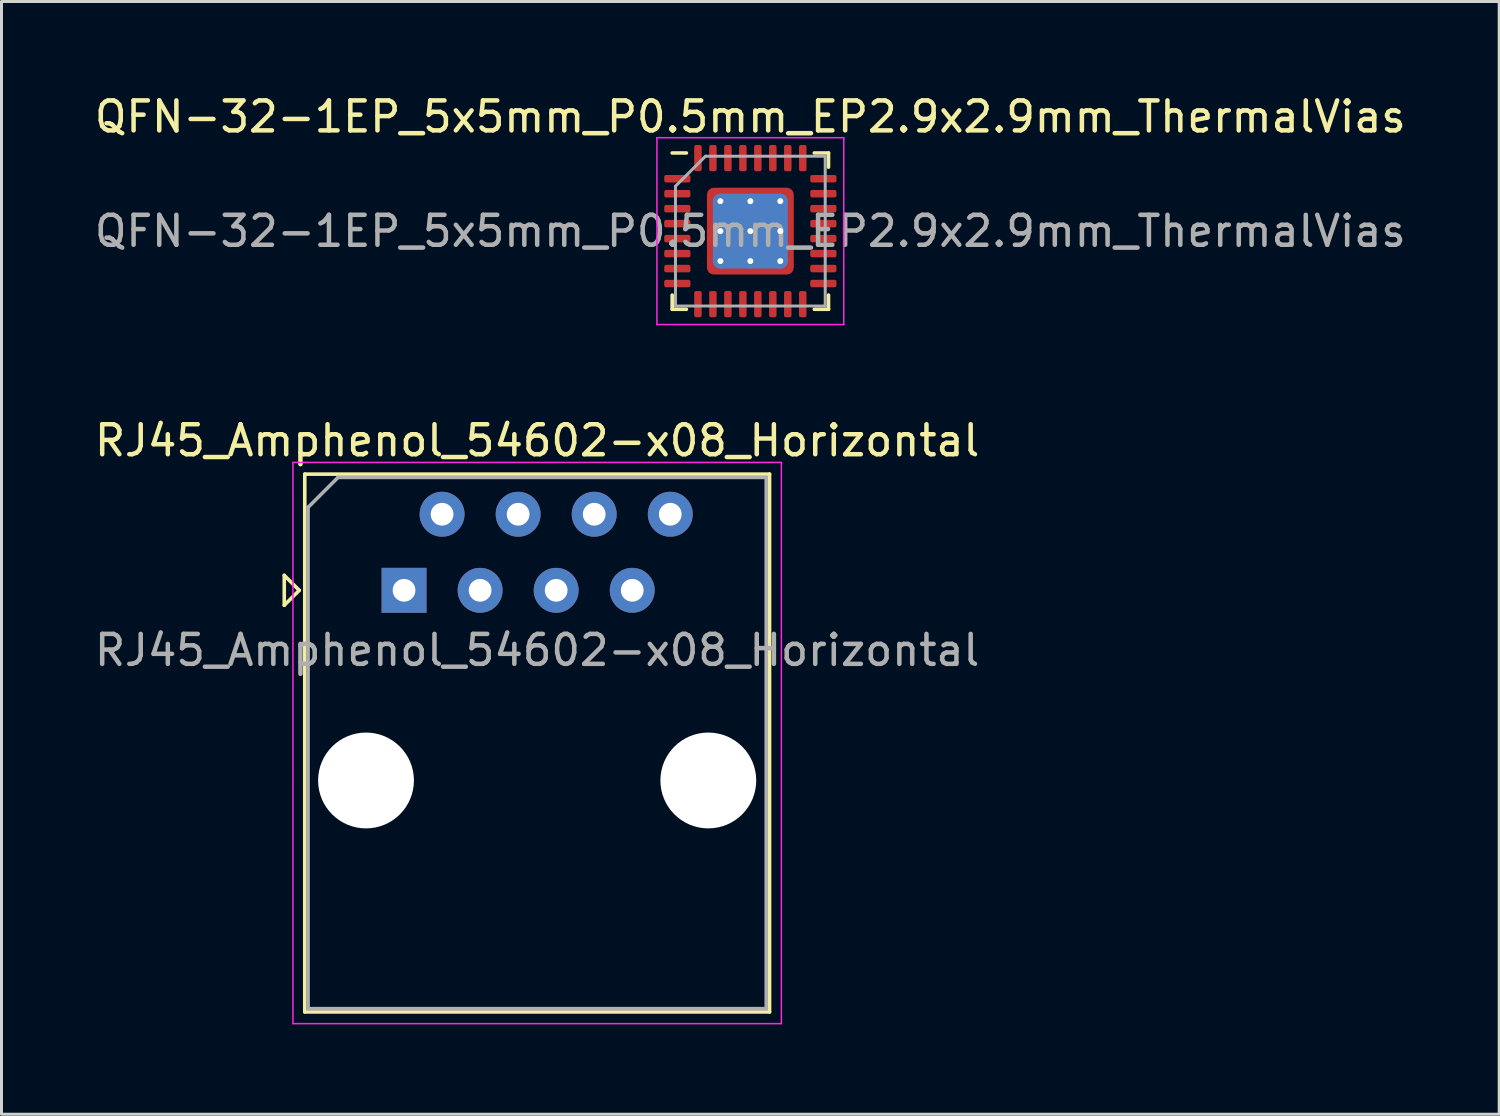
<source format=kicad_pcb>
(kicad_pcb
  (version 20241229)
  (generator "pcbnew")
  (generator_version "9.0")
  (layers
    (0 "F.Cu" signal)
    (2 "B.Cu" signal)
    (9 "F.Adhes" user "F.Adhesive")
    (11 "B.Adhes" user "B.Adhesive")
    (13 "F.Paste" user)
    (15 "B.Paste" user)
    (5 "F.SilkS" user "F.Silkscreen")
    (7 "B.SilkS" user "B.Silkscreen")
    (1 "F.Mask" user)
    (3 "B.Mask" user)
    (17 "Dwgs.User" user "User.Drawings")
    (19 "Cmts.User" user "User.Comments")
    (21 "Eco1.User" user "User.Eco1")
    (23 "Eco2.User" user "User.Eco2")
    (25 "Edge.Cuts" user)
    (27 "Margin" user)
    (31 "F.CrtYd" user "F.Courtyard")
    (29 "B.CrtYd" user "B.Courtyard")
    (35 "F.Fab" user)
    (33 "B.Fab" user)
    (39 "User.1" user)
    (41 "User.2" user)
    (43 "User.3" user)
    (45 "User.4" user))
  (footprint "QFN-32-1EP_5x5mm_P0.5mm_EP2.9x2.9mm_ThermalVias"
    (layer "F.Cu")
    (at 22.006 4.668)
    (property "Reference" "QFN-32-1EP_5x5mm_P0.5mm_EP2.9x2.9mm_ThermalVias" (at 0 -3.82 0) (layer "F.SilkS") (effects (font (size 1 1) (thickness 0.15))))
    (attr smd)
    (fp_line (start -2.61 2.61) (end -2.61 2.135) (stroke (width 0.12) (type solid)) (layer "F.SilkS"))
    (fp_line (start -2.135 -2.61) (end -2.61 -2.61) (stroke (width 0.12) (type solid)) (layer "F.SilkS"))
    (fp_line (start -2.135 2.61) (end -2.61 2.61) (stroke (width 0.12) (type solid)) (layer "F.SilkS"))
    (fp_line (start 2.135 -2.61) (end 2.61 -2.61) (stroke (width 0.12) (type solid)) (layer "F.SilkS"))
    (fp_line (start 2.135 2.61) (end 2.61 2.61) (stroke (width 0.12) (type solid)) (layer "F.SilkS"))
    (fp_line (start 2.61 -2.61) (end 2.61 -2.135) (stroke (width 0.12) (type solid)) (layer "F.SilkS"))
    (fp_line (start 2.61 2.61) (end 2.61 2.135) (stroke (width 0.12) (type solid)) (layer "F.SilkS"))
    (fp_line (start -3.12 -3.12) (end -3.12 3.12) (stroke (width 0.05) (type solid)) (layer "F.CrtYd"))
    (fp_line (start -3.12 3.12) (end 3.12 3.12) (stroke (width 0.05) (type solid)) (layer "F.CrtYd"))
    (fp_line (start 3.12 -3.12) (end -3.12 -3.12) (stroke (width 0.05) (type solid)) (layer "F.CrtYd"))
    (fp_line (start 3.12 3.12) (end 3.12 -3.12) (stroke (width 0.05) (type solid)) (layer "F.CrtYd"))
    (fp_line (start -2.5 -1.5) (end -1.5 -2.5) (stroke (width 0.1) (type solid)) (layer "F.Fab"))
    (fp_line (start -2.5 2.5) (end -2.5 -1.5) (stroke (width 0.1) (type solid)) (layer "F.Fab"))
    (fp_line (start -1.5 -2.5) (end 2.5 -2.5) (stroke (width 0.1) (type solid)) (layer "F.Fab"))
    (fp_line (start 2.5 -2.5) (end 2.5 2.5) (stroke (width 0.1) (type solid)) (layer "F.Fab"))
    (fp_line (start 2.5 2.5) (end -2.5 2.5) (stroke (width 0.1) (type solid)) (layer "F.Fab"))
    (fp_text user "${REFERENCE}" (at 0 0 0) (layer "F.Fab") (effects (font (size 1 1) (thickness 0.15))))
    (pad "" smd custom (at -1.275 -1.275) (size 0.319 0.319) (layers "F.Paste") (options (anchor circle)) (primitives (gr_poly (pts (xy -0.222 -0.222) (xy 0.222 -0.222) (xy 0.222 0.045) (xy 0.045 0.222) (xy -0.222 0.222)) (width 0) (fill yes))))
    (pad "" smd custom (at -1.275 -0.5) (size 0.35 0.35) (layers "F.Paste") (options (anchor circle)) (primitives (gr_poly (pts (xy -0.222 -0.403) (xy 0.089 -0.403) (xy 0.222 -0.27) (xy 0.222 0.27) (xy 0.089 0.403) (xy -0.222 0.403)) (width 0) (fill yes))))
    (pad "" smd custom (at -1.275 0.5) (size 0.35 0.35) (layers "F.Paste") (options (anchor circle)) (primitives (gr_poly (pts (xy -0.222 -0.403) (xy 0.089 -0.403) (xy 0.222 -0.27) (xy 0.222 0.27) (xy 0.089 0.403) (xy -0.222 0.403)) (width 0) (fill yes))))
    (pad "" smd custom (at -1.275 1.275) (size 0.319 0.319) (layers "F.Paste") (options (anchor circle)) (primitives (gr_poly (pts (xy -0.222 -0.222) (xy 0.045 -0.222) (xy 0.222 -0.045) (xy 0.222 0.222) (xy -0.222 0.222)) (width 0) (fill yes))))
    (pad "" smd custom (at -0.5 -1.275) (size 0.35 0.35) (layers "F.Paste") (options (anchor circle)) (primitives (gr_poly (pts (xy -0.403 -0.222) (xy 0.403 -0.222) (xy 0.403 0.089) (xy 0.27 0.222) (xy -0.27 0.222) (xy -0.403 0.089)) (width 0) (fill yes))))
    (pad "" smd roundrect (at -0.5 -0.5) (size 0.806 0.806) (layers "F.Paste") (roundrect_rratio 0.25))
    (pad "" smd roundrect (at -0.5 0.5) (size 0.806 0.806) (layers "F.Paste") (roundrect_rratio 0.25))
    (pad "" smd custom (at -0.5 1.275) (size 0.35 0.35) (layers "F.Paste") (options (anchor circle)) (primitives (gr_poly (pts (xy -0.403 -0.089) (xy -0.27 -0.222) (xy 0.27 -0.222) (xy 0.403 -0.089) (xy 0.403 0.222) (xy -0.403 0.222)) (width 0) (fill yes))))
    (pad "" smd custom (at 0.5 -1.275) (size 0.35 0.35) (layers "F.Paste") (options (anchor circle)) (primitives (gr_poly (pts (xy -0.403 -0.222) (xy 0.403 -0.222) (xy 0.403 0.089) (xy 0.27 0.222) (xy -0.27 0.222) (xy -0.403 0.089)) (width 0) (fill yes))))
    (pad "" smd roundrect (at 0.5 -0.5) (size 0.806 0.806) (layers "F.Paste") (roundrect_rratio 0.25))
    (pad "" smd roundrect (at 0.5 0.5) (size 0.806 0.806) (layers "F.Paste") (roundrect_rratio 0.25))
    (pad "" smd custom (at 0.5 1.275) (size 0.35 0.35) (layers "F.Paste") (options (anchor circle)) (primitives (gr_poly (pts (xy -0.403 -0.089) (xy -0.27 -0.222) (xy 0.27 -0.222) (xy 0.403 -0.089) (xy 0.403 0.222) (xy -0.403 0.222)) (width 0) (fill yes))))
    (pad "" smd custom (at 1.275 -1.275) (size 0.319 0.319) (layers "F.Paste") (options (anchor circle)) (primitives (gr_poly (pts (xy -0.222 -0.222) (xy 0.222 -0.222) (xy 0.222 0.222) (xy -0.045 0.222) (xy -0.222 0.045)) (width 0) (fill yes))))
    (pad "" smd custom (at 1.275 -0.5) (size 0.35 0.35) (layers "F.Paste") (options (anchor circle)) (primitives (gr_poly (pts (xy -0.222 -0.27) (xy -0.089 -0.403) (xy 0.222 -0.403) (xy 0.222 0.403) (xy -0.089 0.403) (xy -0.222 0.27)) (width 0) (fill yes))))
    (pad "" smd custom (at 1.275 0.5) (size 0.35 0.35) (layers "F.Paste") (options (anchor circle)) (primitives (gr_poly (pts (xy -0.222 -0.27) (xy -0.089 -0.403) (xy 0.222 -0.403) (xy 0.222 0.403) (xy -0.089 0.403) (xy -0.222 0.27)) (width 0) (fill yes))))
    (pad "" smd custom (at 1.275 1.275) (size 0.319 0.319) (layers "F.Paste") (options (anchor circle)) (primitives (gr_poly (pts (xy -0.222 -0.045) (xy -0.045 -0.222) (xy 0.222 -0.222) (xy 0.222 0.222) (xy -0.222 0.222)) (width 0) (fill yes))))
    (pad "1" smd roundrect (at -2.438 -1.75) (size 0.875 0.25) (layers "F.Cu" "F.Mask" "F.Paste") (roundrect_rratio 0.25))
    (pad "2" smd roundrect (at -2.438 -1.25) (size 0.875 0.25) (layers "F.Cu" "F.Mask" "F.Paste") (roundrect_rratio 0.25))
    (pad "3" smd roundrect (at -2.438 -0.75) (size 0.875 0.25) (layers "F.Cu" "F.Mask" "F.Paste") (roundrect_rratio 0.25))
    (pad "4" smd roundrect (at -2.438 -0.25) (size 0.875 0.25) (layers "F.Cu" "F.Mask" "F.Paste") (roundrect_rratio 0.25))
    (pad "5" smd roundrect (at -2.438 0.25) (size 0.875 0.25) (layers "F.Cu" "F.Mask" "F.Paste") (roundrect_rratio 0.25))
    (pad "6" smd roundrect (at -2.438 0.75) (size 0.875 0.25) (layers "F.Cu" "F.Mask" "F.Paste") (roundrect_rratio 0.25))
    (pad "7" smd roundrect (at -2.438 1.25) (size 0.875 0.25) (layers "F.Cu" "F.Mask" "F.Paste") (roundrect_rratio 0.25))
    (pad "8" smd roundrect (at -2.438 1.75) (size 0.875 0.25) (layers "F.Cu" "F.Mask" "F.Paste") (roundrect_rratio 0.25))
    (pad "9" smd roundrect (at -1.75 2.438) (size 0.25 0.875) (layers "F.Cu" "F.Mask" "F.Paste") (roundrect_rratio 0.25))
    (pad "10" smd roundrect (at -1.25 2.438) (size 0.25 0.875) (layers "F.Cu" "F.Mask" "F.Paste") (roundrect_rratio 0.25))
    (pad "11" smd roundrect (at -0.75 2.438) (size 0.25 0.875) (layers "F.Cu" "F.Mask" "F.Paste") (roundrect_rratio 0.25))
    (pad "12" smd roundrect (at -0.25 2.438) (size 0.25 0.875) (layers "F.Cu" "F.Mask" "F.Paste") (roundrect_rratio 0.25))
    (pad "13" smd roundrect (at 0.25 2.438) (size 0.25 0.875) (layers "F.Cu" "F.Mask" "F.Paste") (roundrect_rratio 0.25))
    (pad "14" smd roundrect (at 0.75 2.438) (size 0.25 0.875) (layers "F.Cu" "F.Mask" "F.Paste") (roundrect_rratio 0.25))
    (pad "15" smd roundrect (at 1.25 2.438) (size 0.25 0.875) (layers "F.Cu" "F.Mask" "F.Paste") (roundrect_rratio 0.25))
    (pad "16" smd roundrect (at 1.75 2.438) (size 0.25 0.875) (layers "F.Cu" "F.Mask" "F.Paste") (roundrect_rratio 0.25))
    (pad "17" smd roundrect (at 2.438 1.75) (size 0.875 0.25) (layers "F.Cu" "F.Mask" "F.Paste") (roundrect_rratio 0.25))
    (pad "18" smd roundrect (at 2.438 1.25) (size 0.875 0.25) (layers "F.Cu" "F.Mask" "F.Paste") (roundrect_rratio 0.25))
    (pad "19" smd roundrect (at 2.438 0.75) (size 0.875 0.25) (layers "F.Cu" "F.Mask" "F.Paste") (roundrect_rratio 0.25))
    (pad "20" smd roundrect (at 2.438 0.25) (size 0.875 0.25) (layers "F.Cu" "F.Mask" "F.Paste") (roundrect_rratio 0.25))
    (pad "21" smd roundrect (at 2.438 -0.25) (size 0.875 0.25) (layers "F.Cu" "F.Mask" "F.Paste") (roundrect_rratio 0.25))
    (pad "22" smd roundrect (at 2.438 -0.75) (size 0.875 0.25) (layers "F.Cu" "F.Mask" "F.Paste") (roundrect_rratio 0.25))
    (pad "23" smd roundrect (at 2.438 -1.25) (size 0.875 0.25) (layers "F.Cu" "F.Mask" "F.Paste") (roundrect_rratio 0.25))
    (pad "24" smd roundrect (at 2.438 -1.75) (size 0.875 0.25) (layers "F.Cu" "F.Mask" "F.Paste") (roundrect_rratio 0.25))
    (pad "25" smd roundrect (at 1.75 -2.438) (size 0.25 0.875) (layers "F.Cu" "F.Mask" "F.Paste") (roundrect_rratio 0.25))
    (pad "26" smd roundrect (at 1.25 -2.438) (size 0.25 0.875) (layers "F.Cu" "F.Mask" "F.Paste") (roundrect_rratio 0.25))
    (pad "27" smd roundrect (at 0.75 -2.438) (size 0.25 0.875) (layers "F.Cu" "F.Mask" "F.Paste") (roundrect_rratio 0.25))
    (pad "28" smd roundrect (at 0.25 -2.438) (size 0.25 0.875) (layers "F.Cu" "F.Mask" "F.Paste") (roundrect_rratio 0.25))
    (pad "29" smd roundrect (at -0.25 -2.438) (size 0.25 0.875) (layers "F.Cu" "F.Mask" "F.Paste") (roundrect_rratio 0.25))
    (pad "30" smd roundrect (at -0.75 -2.438) (size 0.25 0.875) (layers "F.Cu" "F.Mask" "F.Paste") (roundrect_rratio 0.25))
    (pad "31" smd roundrect (at -1.25 -2.438) (size 0.25 0.875) (layers "F.Cu" "F.Mask" "F.Paste") (roundrect_rratio 0.25))
    (pad "32" smd roundrect (at -1.75 -2.438) (size 0.25 0.875) (layers "F.Cu" "F.Mask" "F.Paste") (roundrect_rratio 0.25))
    (pad "33" thru_hole circle (at -1 -1) (size 0.5 0.5) (drill 0.2) (layers "*.Cu"))
    (pad "33" thru_hole circle (at -1 0) (size 0.5 0.5) (drill 0.2) (layers "*.Cu"))
    (pad "33" thru_hole circle (at -1 1) (size 0.5 0.5) (drill 0.2) (layers "*.Cu"))
    (pad "33" thru_hole circle (at 0 -1) (size 0.5 0.5) (drill 0.2) (layers "*.Cu"))
    (pad "33" thru_hole circle (at 0 0) (size 0.5 0.5) (drill 0.2) (layers "*.Cu"))
    (pad "33" smd roundrect (at 0 0) (size 2.5 2.5) (layers "B.Cu") (roundrect_rratio 0.1))
    (pad "33" smd roundrect (at 0 0) (size 2.9 2.9) (layers "F.Cu" "F.Mask") (roundrect_rratio 0.081))
    (pad "33" thru_hole circle (at 0 1) (size 0.5 0.5) (drill 0.2) (layers "*.Cu"))
    (pad "33" thru_hole circle (at 1 -1) (size 0.5 0.5) (drill 0.2) (layers "*.Cu"))
    (pad "33" thru_hole circle (at 1 0) (size 0.5 0.5) (drill 0.2) (layers "*.Cu"))
    (pad "33" thru_hole circle (at 1 1) (size 0.5 0.5) (drill 0.2) (layers "*.Cu")))
  (footprint "RJ45_Amphenol_54602-x08_Horizontal"
    (layer "F.Cu")
    (at 10.442 16.662)
    (property "Reference" "RJ45_Amphenol_54602-x08_Horizontal" (at 4.445 -5 0) (layer "F.SilkS") (effects (font (size 1 1) (thickness 0.15))))
    (attr through_hole)
    (fp_line (start -4 -0.5) (end -4 0.5) (stroke (width 0.12) (type solid)) (layer "F.SilkS"))
    (fp_line (start -4 0.5) (end -3.5 0) (stroke (width 0.12) (type solid)) (layer "F.SilkS"))
    (fp_line (start -3.5 0) (end -4 -0.5) (stroke (width 0.12) (type solid)) (layer "F.SilkS"))
    (fp_line (start -3.315 -3.88) (end -3.315 14.08) (stroke (width 0.12) (type solid)) (layer "F.SilkS"))
    (fp_line (start -3.315 14.08) (end 12.205 14.08) (stroke (width 0.12) (type solid)) (layer "F.SilkS"))
    (fp_line (start 12.205 -3.88) (end -3.315 -3.88) (stroke (width 0.12) (type solid)) (layer "F.SilkS"))
    (fp_line (start 12.205 -3.88) (end 12.205 14.08) (stroke (width 0.12) (type solid)) (layer "F.SilkS"))
    (fp_line (start -3.71 -4.27) (end -3.71 14.47) (stroke (width 0.05) (type solid)) (layer "F.CrtYd"))
    (fp_line (start -3.71 -4.27) (end 12.6 -4.27) (stroke (width 0.05) (type solid)) (layer "F.CrtYd"))
    (fp_line (start 12.6 14.47) (end -3.71 14.47) (stroke (width 0.05) (type solid)) (layer "F.CrtYd"))
    (fp_line (start 12.6 14.47) (end 12.6 -4.27) (stroke (width 0.05) (type solid)) (layer "F.CrtYd"))
    (fp_line (start -3.205 -2.77) (end -2.205 -3.77) (stroke (width 0.12) (type solid)) (layer "F.Fab"))
    (fp_line (start -3.205 13.97) (end -3.205 -2.77) (stroke (width 0.12) (type solid)) (layer "F.Fab"))
    (fp_line (start -2.205 -3.77) (end 12.095 -3.77) (stroke (width 0.12) (type solid)) (layer "F.Fab"))
    (fp_line (start 12.095 -3.77) (end 12.095 13.97) (stroke (width 0.12) (type solid)) (layer "F.Fab"))
    (fp_line (start 12.095 13.97) (end -3.205 13.97) (stroke (width 0.12) (type solid)) (layer "F.Fab"))
    (fp_text user "${REFERENCE}" (at 4.445 2 0) (layer "F.Fab") (effects (font (size 1 1) (thickness 0.15))))
    (pad "" np_thru_hole circle (at -1.27 6.35) (size 3.2 3.2) (drill 3.2) (layers "*.Cu" "*.Mask"))
    (pad "" np_thru_hole circle (at 10.16 6.35) (size 3.2 3.2) (drill 3.2) (layers "*.Cu" "*.Mask"))
    (pad "1" thru_hole rect (at 0 0) (size 1.5 1.5) (drill 0.76) (layers "*.Cu" "*.Mask"))
    (pad "2" thru_hole circle (at 1.27 -2.54) (size 1.5 1.5) (drill 0.76) (layers "*.Cu" "*.Mask"))
    (pad "3" thru_hole circle (at 2.54 0) (size 1.5 1.5) (drill 0.76) (layers "*.Cu" "*.Mask"))
    (pad "4" thru_hole circle (at 3.81 -2.54) (size 1.5 1.5) (drill 0.76) (layers "*.Cu" "*.Mask"))
    (pad "5" thru_hole circle (at 5.08 0) (size 1.5 1.5) (drill 0.76) (layers "*.Cu" "*.Mask"))
    (pad "6" thru_hole circle (at 6.35 -2.54) (size 1.5 1.5) (drill 0.76) (layers "*.Cu" "*.Mask"))
    (pad "7" thru_hole circle (at 7.62 0) (size 1.5 1.5) (drill 0.76) (layers "*.Cu" "*.Mask"))
    (pad "8" thru_hole circle (at 8.89 -2.54) (size 1.5 1.5) (drill 0.76) (layers "*.Cu" "*.Mask")))
  (gr_rect
    (start -3 -3)
    (end 47.012 34.157)
    (stroke (width 0.1) (type default))
    (fill no)
    (layer "Edge.Cuts")))
</source>
